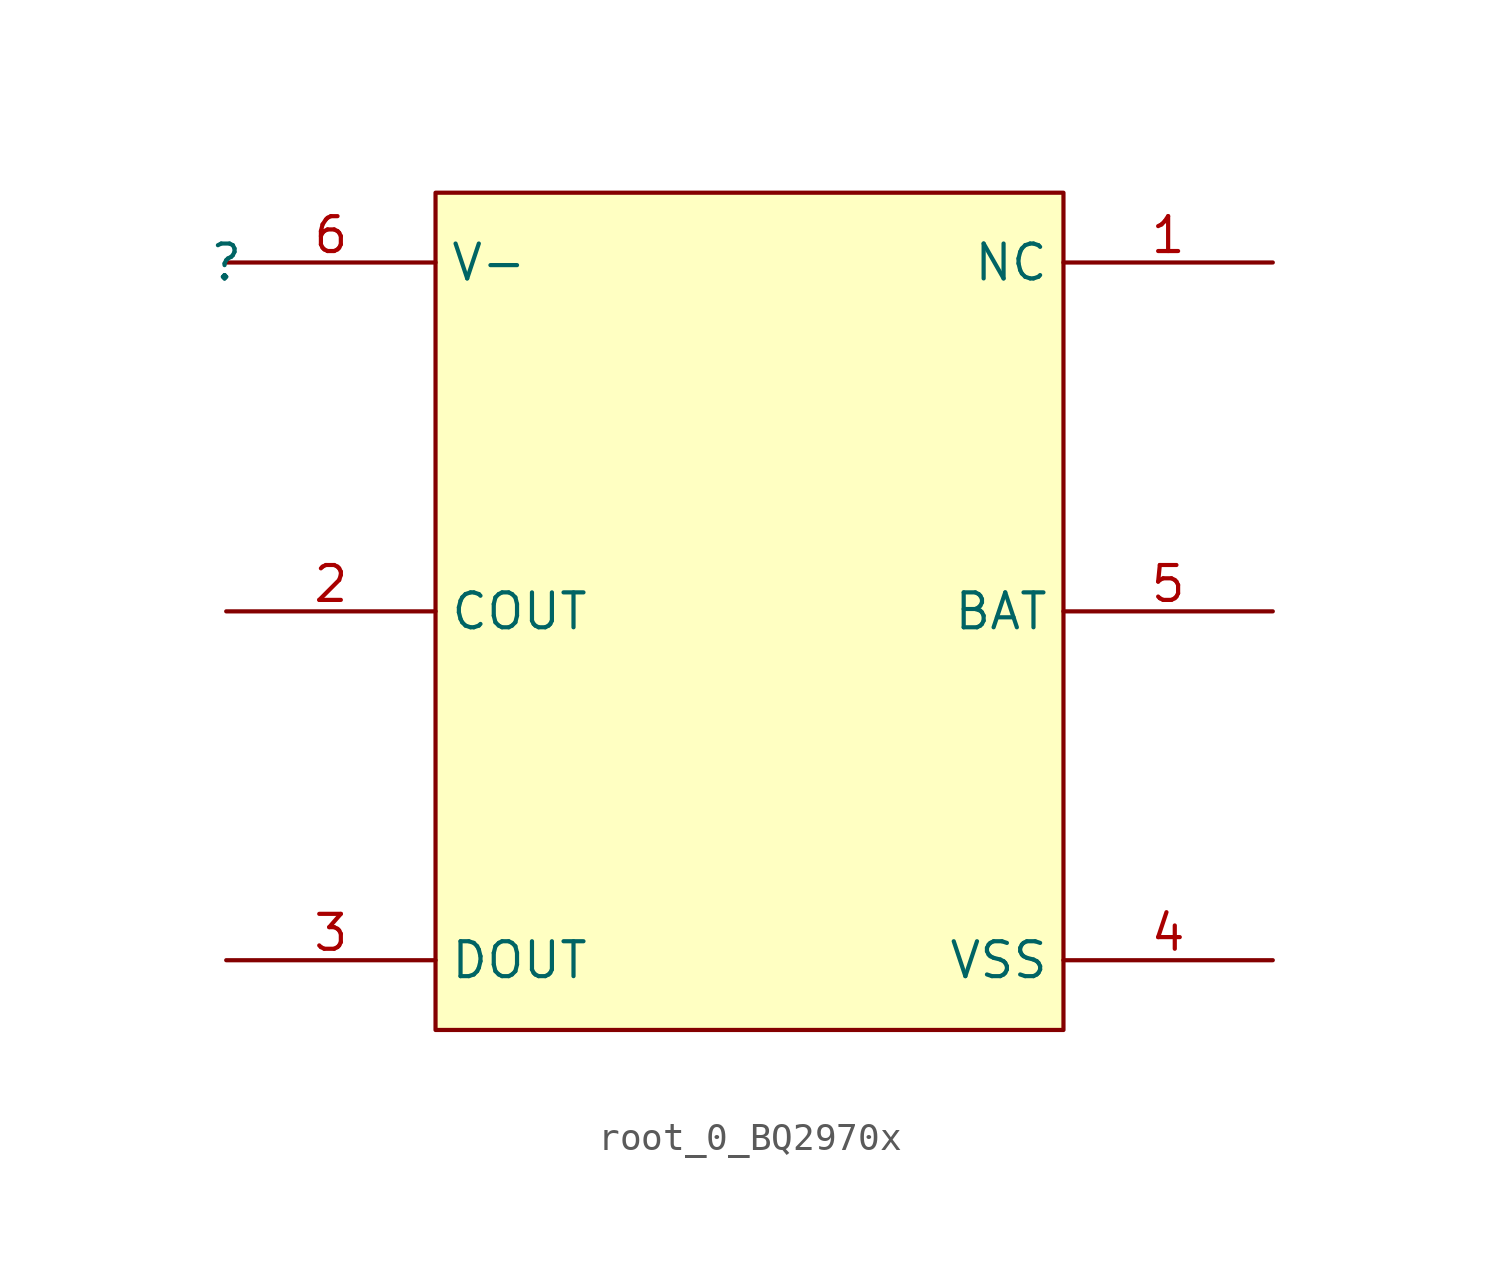
<source format=kicad_sym>
(kicad_symbol_lib
  (version 20220914)
  (generator kicad_symbol_editor)
  (symbol "root_0_BQ2970x"
    (property "Reference" ""
      (at 0 0 0)
      (effects (font (size 1.27 1.27))))
    (property "Value" ""
      (at 0 0 0)
      (effects (font (size 1.27 1.27))))
    (symbol "root_0_BQ2970x_1_0"
      (rectangle (start 30.48 2.54) (end 7.62 -27.94) (stroke (width 0) (type solid)) (fill (type background)))
      (pin passive line (at 38.1 0 180) (length 7.62) (name "NC" (effects (font (size 1.27 1.27)))) (number "1" (effects (font (size 1.27 1.27)))))
      (pin output line (at 0 -12.7 0) (length 7.62) (name "COUT" (effects (font (size 1.27 1.27)))) (number "2" (effects (font (size 1.27 1.27)))))
      (pin output line (at 0 -25.4 0) (length 7.62) (name "DOUT" (effects (font (size 1.27 1.27)))) (number "3" (effects (font (size 1.27 1.27)))))
      (pin power_in line (at 38.1 -25.4 180) (length 7.62) (name "VSS" (effects (font (size 1.27 1.27)))) (number "4" (effects (font (size 1.27 1.27)))))
      (pin power_in line (at 38.1 -12.7 180) (length 7.62) (name "BAT" (effects (font (size 1.27 1.27)))) (number "5" (effects (font (size 1.27 1.27)))))
      (pin bidirectional line (at 0 0 0) (length 7.62) (name "V-" (effects (font (size 1.27 1.27)))) (number "6" (effects (font (size 1.27 1.27))))))))
</source>
